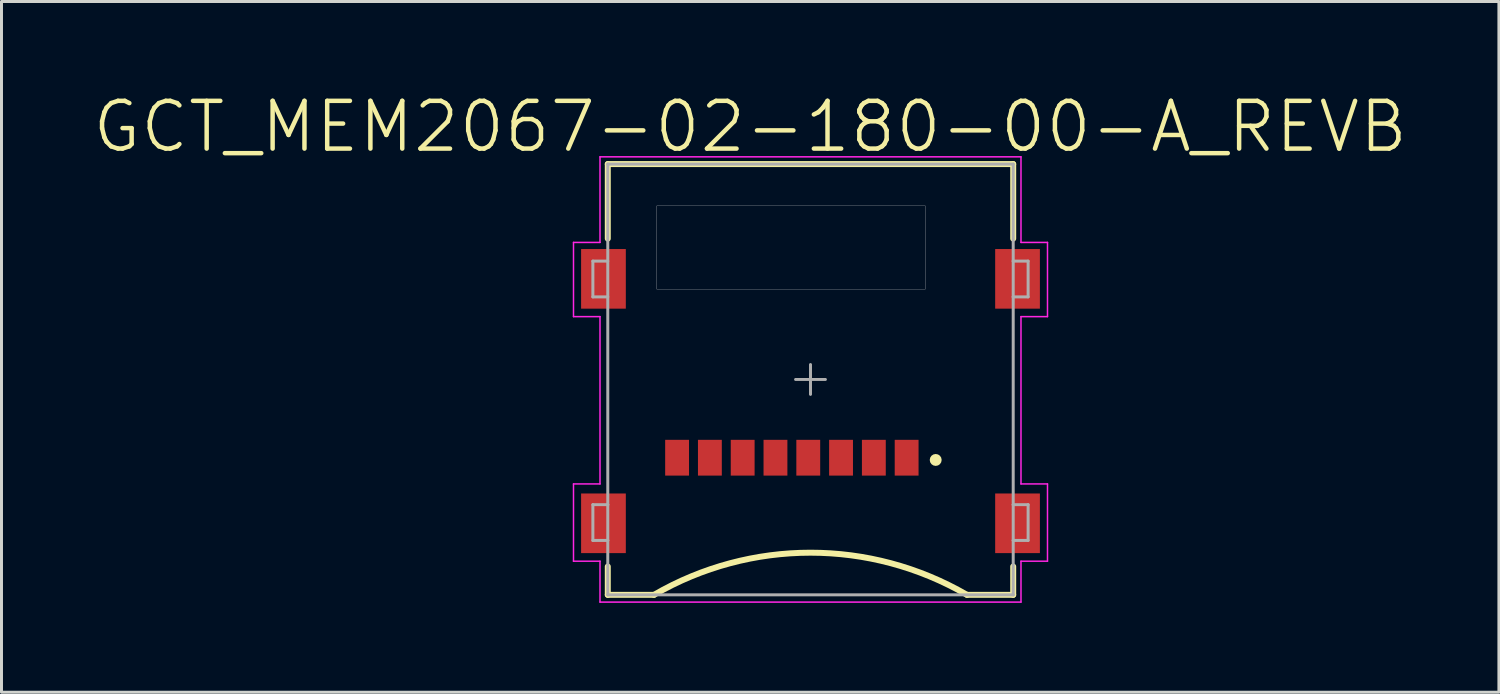
<source format=kicad_pcb>
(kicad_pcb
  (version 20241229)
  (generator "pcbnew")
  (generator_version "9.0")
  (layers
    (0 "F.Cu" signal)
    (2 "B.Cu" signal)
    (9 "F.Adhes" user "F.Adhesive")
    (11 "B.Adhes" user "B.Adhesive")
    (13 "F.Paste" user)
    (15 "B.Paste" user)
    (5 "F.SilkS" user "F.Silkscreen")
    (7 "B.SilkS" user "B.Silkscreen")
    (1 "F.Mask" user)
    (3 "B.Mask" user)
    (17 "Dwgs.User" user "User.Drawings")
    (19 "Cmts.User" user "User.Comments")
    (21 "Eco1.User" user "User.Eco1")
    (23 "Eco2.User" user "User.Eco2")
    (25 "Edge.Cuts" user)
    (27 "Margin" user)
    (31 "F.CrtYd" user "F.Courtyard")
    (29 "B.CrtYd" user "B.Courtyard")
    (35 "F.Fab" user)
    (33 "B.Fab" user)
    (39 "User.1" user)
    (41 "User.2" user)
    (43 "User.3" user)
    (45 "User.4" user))
  (footprint "GCT_MEM2067-02-180-00-A_REVB"
    (layer "F.Cu")
    (at 24.138 9.679)
    (property "Reference" "GCT_MEM2067-02-180-00-A_REVB" (at -2.023 -8.478 0) (layer "F.SilkS") (effects (font (size 1.602 1.602) (thickness 0.15))))
    (attr through_hole)
    (fp_line (start -6.8 -7.225) (end 6.8 -7.225) (stroke (width 0.2) (type solid)) (layer "F.SilkS"))
    (fp_line (start -6.8 -4.725) (end -6.8 -7.225) (stroke (width 0.2) (type solid)) (layer "F.SilkS"))
    (fp_line (start -6.8 7.225) (end -6.8 6.275) (stroke (width 0.2) (type solid)) (layer "F.SilkS"))
    (fp_line (start -6.8 7.225) (end -5.25 7.225) (stroke (width 0.2) (type solid)) (layer "F.SilkS"))
    (fp_line (start 5.25 7.225) (end 6.8 7.225) (stroke (width 0.2) (type solid)) (layer "F.SilkS"))
    (fp_line (start 6.8 -4.725) (end 6.8 -7.225) (stroke (width 0.2) (type solid)) (layer "F.SilkS"))
    (fp_line (start 6.8 7.225) (end 6.8 6.275) (stroke (width 0.2) (type solid)) (layer "F.SilkS"))
    (fp_arc (start -5.25 7.225) (mid 0 5.810899) (end 5.25 7.225) (stroke (width 0.2) (type solid)) (layer "F.SilkS"))
    (fp_circle (center 4.2 2.7) (end 4.3 2.7) (stroke (width 0.2) (type solid)) (fill no) (layer "F.SilkS"))
    (fp_poly (pts (xy -5.155 -5.825) (xy 3.85 -5.825) (xy 3.85 -3.028) (xy -5.155 -3.028)) (stroke (width 0.01) (type solid)) (fill no) (layer "Dwgs.User"))
    (fp_line (start -7.95 -4.597) (end -7.061 -4.597) (stroke (width 0.05) (type solid)) (layer "F.CrtYd"))
    (fp_line (start -7.95 -2.108) (end -7.95 -4.597) (stroke (width 0.05) (type solid)) (layer "F.CrtYd"))
    (fp_line (start -7.95 -2.108) (end -7.061 -2.108) (stroke (width 0.05) (type solid)) (layer "F.CrtYd"))
    (fp_line (start -7.95 3.505) (end -7.061 3.505) (stroke (width 0.05) (type solid)) (layer "F.CrtYd"))
    (fp_line (start -7.95 6.096) (end -7.95 3.505) (stroke (width 0.05) (type solid)) (layer "F.CrtYd"))
    (fp_line (start -7.95 6.096) (end -7.061 6.096) (stroke (width 0.05) (type solid)) (layer "F.CrtYd"))
    (fp_line (start -7.061 -7.468) (end 7.061 -7.468) (stroke (width 0.05) (type solid)) (layer "F.CrtYd"))
    (fp_line (start -7.061 -4.597) (end -7.061 -7.468) (stroke (width 0.05) (type solid)) (layer "F.CrtYd"))
    (fp_line (start -7.061 3.505) (end -7.061 -2.108) (stroke (width 0.05) (type solid)) (layer "F.CrtYd"))
    (fp_line (start -7.061 7.468) (end -7.061 6.096) (stroke (width 0.05) (type solid)) (layer "F.CrtYd"))
    (fp_line (start -7.061 7.468) (end 7.061 7.468) (stroke (width 0.05) (type solid)) (layer "F.CrtYd"))
    (fp_line (start 7.061 -4.597) (end 7.061 -7.468) (stroke (width 0.05) (type solid)) (layer "F.CrtYd"))
    (fp_line (start 7.061 -4.597) (end 7.95 -4.597) (stroke (width 0.05) (type solid)) (layer "F.CrtYd"))
    (fp_line (start 7.061 -2.108) (end 7.95 -2.108) (stroke (width 0.05) (type solid)) (layer "F.CrtYd"))
    (fp_line (start 7.061 3.505) (end 7.061 -2.108) (stroke (width 0.05) (type solid)) (layer "F.CrtYd"))
    (fp_line (start 7.061 3.505) (end 7.95 3.505) (stroke (width 0.05) (type solid)) (layer "F.CrtYd"))
    (fp_line (start 7.061 6.096) (end 7.95 6.096) (stroke (width 0.05) (type solid)) (layer "F.CrtYd"))
    (fp_line (start 7.061 7.468) (end 7.061 6.096) (stroke (width 0.05) (type solid)) (layer "F.CrtYd"))
    (fp_line (start 7.95 -2.108) (end 7.95 -4.597) (stroke (width 0.05) (type solid)) (layer "F.CrtYd"))
    (fp_line (start 7.95 6.096) (end 7.95 3.505) (stroke (width 0.05) (type solid)) (layer "F.CrtYd"))
    (fp_line (start -7.3 -3.97) (end -6.8 -3.97) (stroke (width 0.1) (type solid)) (layer "F.Fab"))
    (fp_line (start -7.3 -2.77) (end -7.3 -3.97) (stroke (width 0.1) (type solid)) (layer "F.Fab"))
    (fp_line (start -7.3 -2.77) (end -6.8 -2.77) (stroke (width 0.1) (type solid)) (layer "F.Fab"))
    (fp_line (start -7.3 4.2) (end -6.8 4.2) (stroke (width 0.1) (type solid)) (layer "F.Fab"))
    (fp_line (start -7.3 5.4) (end -7.3 4.2) (stroke (width 0.1) (type solid)) (layer "F.Fab"))
    (fp_line (start -7.3 5.4) (end -6.8 5.4) (stroke (width 0.1) (type solid)) (layer "F.Fab"))
    (fp_line (start -6.8 -7.225) (end 6.8 -7.225) (stroke (width 0.1) (type solid)) (layer "F.Fab"))
    (fp_line (start -6.8 4.2) (end -6.8 -7.225) (stroke (width 0.1) (type solid)) (layer "F.Fab"))
    (fp_line (start -6.8 5.4) (end -6.8 4.2) (stroke (width 0.1) (type solid)) (layer "F.Fab"))
    (fp_line (start -6.8 7.225) (end -6.8 5.4) (stroke (width 0.1) (type solid)) (layer "F.Fab"))
    (fp_line (start -6.8 7.225) (end 6.8 7.225) (stroke (width 0.1) (type solid)) (layer "F.Fab"))
    (fp_line (start -0.5 0) (end 0.5 0) (stroke (width 0.1) (type solid)) (layer "F.Fab"))
    (fp_line (start 0 0.5) (end 0 -0.5) (stroke (width 0.1) (type solid)) (layer "F.Fab"))
    (fp_line (start 6.8 -3.97) (end 6.8 -7.225) (stroke (width 0.1) (type solid)) (layer "F.Fab"))
    (fp_line (start 6.8 -3.97) (end 7.3 -3.97) (stroke (width 0.1) (type solid)) (layer "F.Fab"))
    (fp_line (start 6.8 -2.77) (end 6.8 -3.97) (stroke (width 0.1) (type solid)) (layer "F.Fab"))
    (fp_line (start 6.8 -2.77) (end 7.3 -2.77) (stroke (width 0.1) (type solid)) (layer "F.Fab"))
    (fp_line (start 6.8 4.2) (end 6.8 -2.77) (stroke (width 0.1) (type solid)) (layer "F.Fab"))
    (fp_line (start 6.8 4.2) (end 7.3 4.2) (stroke (width 0.1) (type solid)) (layer "F.Fab"))
    (fp_line (start 6.8 5.4) (end 6.8 4.2) (stroke (width 0.1) (type solid)) (layer "F.Fab"))
    (fp_line (start 6.8 5.4) (end 7.3 5.4) (stroke (width 0.1) (type solid)) (layer "F.Fab"))
    (fp_line (start 6.8 7.225) (end 6.8 5.4) (stroke (width 0.1) (type solid)) (layer "F.Fab"))
    (fp_line (start 7.3 -2.77) (end 7.3 -3.97) (stroke (width 0.1) (type solid)) (layer "F.Fab"))
    (fp_line (start 7.3 5.4) (end 7.3 4.2) (stroke (width 0.1) (type solid)) (layer "F.Fab"))
    (pad "1" smd rect (at 3.225 2.625) (size 0.8 1.2) (layers "F.Cu" "F.Mask" "F.Paste"))
    (pad "2" smd rect (at 2.125 2.625) (size 0.8 1.2) (layers "F.Cu" "F.Mask" "F.Paste"))
    (pad "3" smd rect (at 1.025 2.625) (size 0.8 1.2) (layers "F.Cu" "F.Mask" "F.Paste"))
    (pad "4" smd rect (at -0.075 2.625) (size 0.8 1.2) (layers "F.Cu" "F.Mask" "F.Paste"))
    (pad "5" smd rect (at -1.175 2.625) (size 0.8 1.2) (layers "F.Cu" "F.Mask" "F.Paste"))
    (pad "6" smd rect (at -2.275 2.625) (size 0.8 1.2) (layers "F.Cu" "F.Mask" "F.Paste"))
    (pad "7" smd rect (at -3.375 2.625) (size 0.8 1.2) (layers "F.Cu" "F.Mask" "F.Paste"))
    (pad "8" smd rect (at -4.475 2.625) (size 0.8 1.2) (layers "F.Cu" "F.Mask" "F.Paste"))
    (pad "9" smd rect (at -6.945 4.825) (size 1.5 2) (layers "F.Cu" "F.Mask" "F.Paste"))
    (pad "10" smd rect (at -6.945 -3.375) (size 1.5 2) (layers "F.Cu" "F.Mask" "F.Paste"))
    (pad "11" smd rect (at 6.945 -3.375) (size 1.5 2) (layers "F.Cu" "F.Mask" "F.Paste"))
    (pad "12" smd rect (at 6.945 4.825) (size 1.5 2) (layers "F.Cu" "F.Mask" "F.Paste")))
  (gr_rect
    (start -3 -3)
    (end 47.231 20.171)
    (stroke (width 0.1) (type default))
    (fill no)
    (layer "Edge.Cuts")))
</source>
